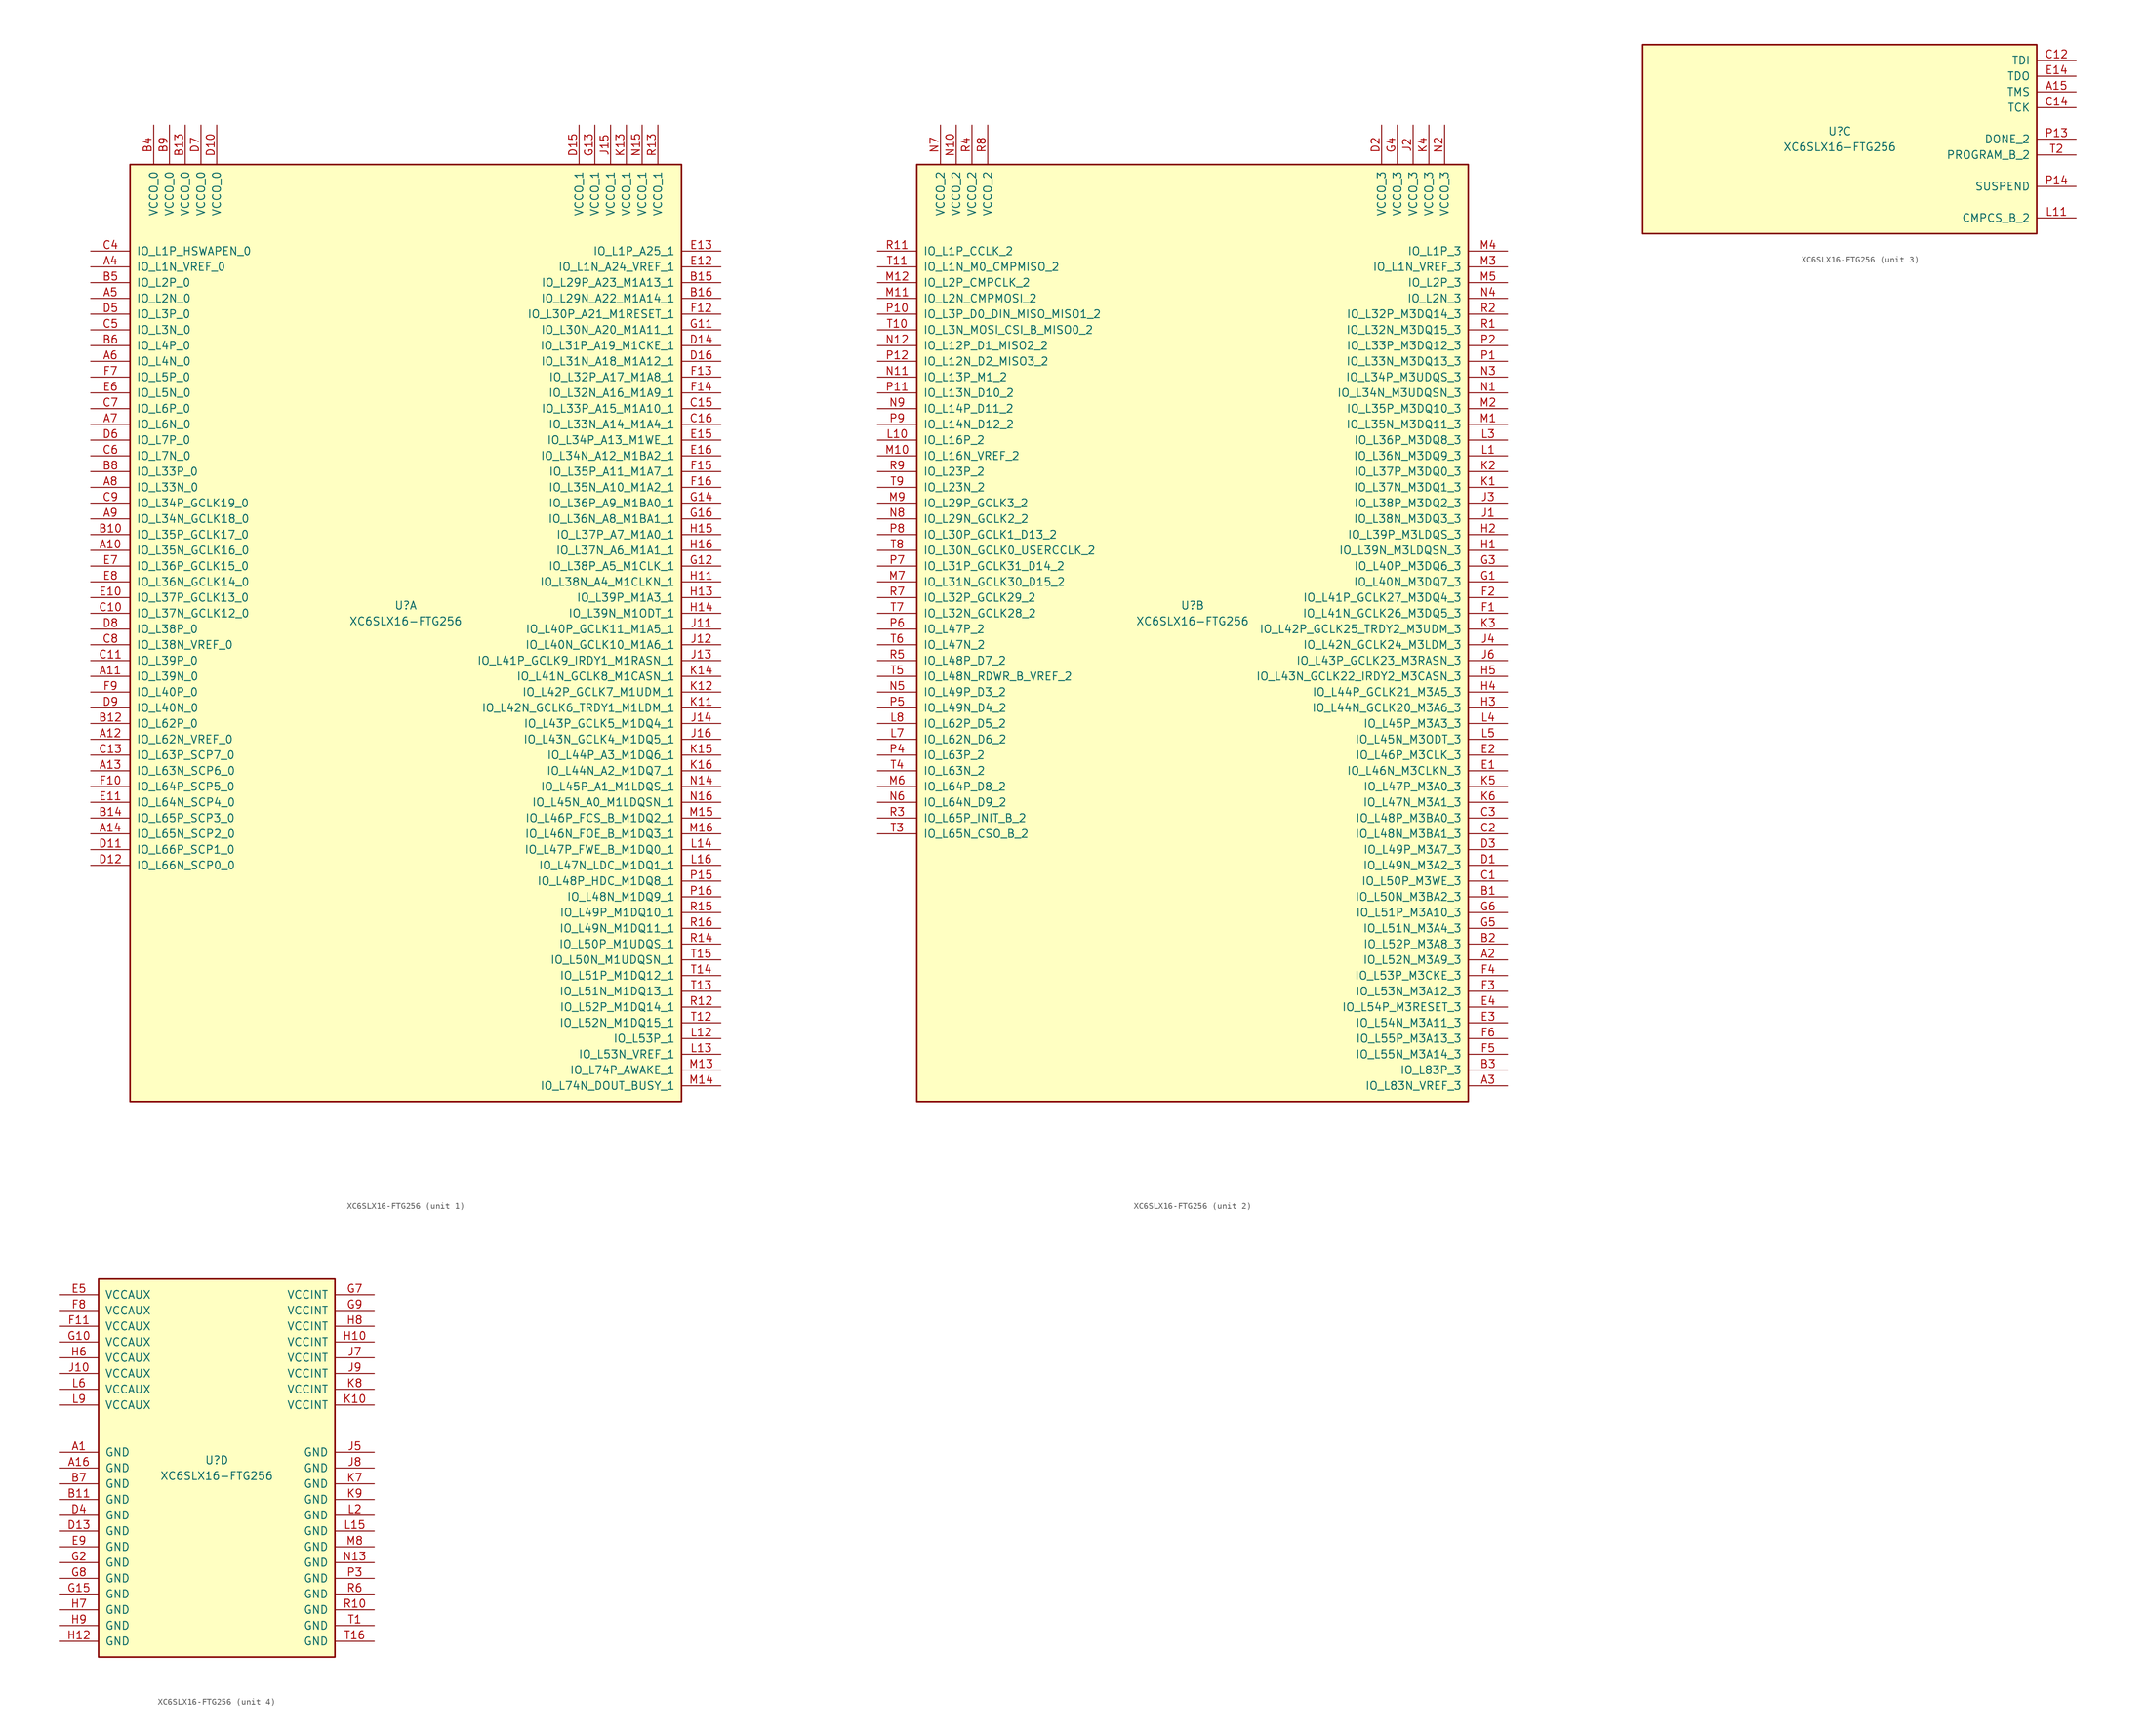
<source format=kicad_sym>
(kicad_symbol_lib
  (version 20201005)
  (generator kicad_symbol_editor)
  (symbol "XC6SLX16-FTG256"
    (pin_names
      (offset 1.016))
    (property "Reference" "U"
      (at 0 1.27 0)
      (effects (font (size 1.27 1.27))))
    (property "Value" "XC6SLX16-FTG256"
      (at 0 -1.27 0)
      (effects (font (size 1.27 1.27))))
    (property "Datasheet" ""
      (at 0 0 0)
      (effects (font (size 1.27 1.27))))
    (property "ki_locked" ""
      (at 0 0 0)
      (effects (font (size 1.27 1.27))))
    (symbol "XC6SLX16-FTG256_1_1"
      (rectangle (start -44.45 72.39) (end 44.45 -78.74) (stroke (width 0.254)) (fill (type background)))
      (pin bidirectional line (at -50.8 10.16 0) (length 6.35) (name "IO_L35N_GCLK16_0" (effects (font (size 1.27 1.27)))) (number "A10" (effects (font (size 1.27 1.27)))))
      (pin bidirectional line (at -50.8 -10.16 0) (length 6.35) (name "IO_L39N_0" (effects (font (size 1.27 1.27)))) (number "A11" (effects (font (size 1.27 1.27)))))
      (pin bidirectional line (at -50.8 -20.32 0) (length 6.35) (name "IO_L62N_VREF_0" (effects (font (size 1.27 1.27)))) (number "A12" (effects (font (size 1.27 1.27)))))
      (pin bidirectional line (at -50.8 -25.4 0) (length 6.35) (name "IO_L63N_SCP6_0" (effects (font (size 1.27 1.27)))) (number "A13" (effects (font (size 1.27 1.27)))))
      (pin bidirectional line (at -50.8 -35.56 0) (length 6.35) (name "IO_L65N_SCP2_0" (effects (font (size 1.27 1.27)))) (number "A14" (effects (font (size 1.27 1.27)))))
      (pin bidirectional line (at -50.8 55.88 0) (length 6.35) (name "IO_L1N_VREF_0" (effects (font (size 1.27 1.27)))) (number "A4" (effects (font (size 1.27 1.27)))))
      (pin bidirectional line (at -50.8 50.8 0) (length 6.35) (name "IO_L2N_0" (effects (font (size 1.27 1.27)))) (number "A5" (effects (font (size 1.27 1.27)))))
      (pin bidirectional line (at -50.8 40.64 0) (length 6.35) (name "IO_L4N_0" (effects (font (size 1.27 1.27)))) (number "A6" (effects (font (size 1.27 1.27)))))
      (pin bidirectional line (at -50.8 30.48 0) (length 6.35) (name "IO_L6N_0" (effects (font (size 1.27 1.27)))) (number "A7" (effects (font (size 1.27 1.27)))))
      (pin bidirectional line (at -50.8 20.32 0) (length 6.35) (name "IO_L33N_0" (effects (font (size 1.27 1.27)))) (number "A8" (effects (font (size 1.27 1.27)))))
      (pin bidirectional line (at -50.8 15.24 0) (length 6.35) (name "IO_L34N_GCLK18_0" (effects (font (size 1.27 1.27)))) (number "A9" (effects (font (size 1.27 1.27)))))
      (pin bidirectional line (at -50.8 12.7 0) (length 6.35) (name "IO_L35P_GCLK17_0" (effects (font (size 1.27 1.27)))) (number "B10" (effects (font (size 1.27 1.27)))))
      (pin bidirectional line (at -50.8 -17.78 0) (length 6.35) (name "IO_L62P_0" (effects (font (size 1.27 1.27)))) (number "B12" (effects (font (size 1.27 1.27)))))
      (pin power_in line (at -35.56 78.74 270) (length 6.35) (name "VCCO_0" (effects (font (size 1.27 1.27)))) (number "B13" (effects (font (size 1.27 1.27)))))
      (pin bidirectional line (at -50.8 -33.02 0) (length 6.35) (name "IO_L65P_SCP3_0" (effects (font (size 1.27 1.27)))) (number "B14" (effects (font (size 1.27 1.27)))))
      (pin bidirectional line (at 50.8 53.34 180) (length 6.35) (name "IO_L29P_A23_M1A13_1" (effects (font (size 1.27 1.27)))) (number "B15" (effects (font (size 1.27 1.27)))))
      (pin bidirectional line (at 50.8 50.8 180) (length 6.35) (name "IO_L29N_A22_M1A14_1" (effects (font (size 1.27 1.27)))) (number "B16" (effects (font (size 1.27 1.27)))))
      (pin power_in line (at -40.64 78.74 270) (length 6.35) (name "VCCO_0" (effects (font (size 1.27 1.27)))) (number "B4" (effects (font (size 1.27 1.27)))))
      (pin bidirectional line (at -50.8 53.34 0) (length 6.35) (name "IO_L2P_0" (effects (font (size 1.27 1.27)))) (number "B5" (effects (font (size 1.27 1.27)))))
      (pin bidirectional line (at -50.8 43.18 0) (length 6.35) (name "IO_L4P_0" (effects (font (size 1.27 1.27)))) (number "B6" (effects (font (size 1.27 1.27)))))
      (pin bidirectional line (at -50.8 22.86 0) (length 6.35) (name "IO_L33P_0" (effects (font (size 1.27 1.27)))) (number "B8" (effects (font (size 1.27 1.27)))))
      (pin power_in line (at -38.1 78.74 270) (length 6.35) (name "VCCO_0" (effects (font (size 1.27 1.27)))) (number "B9" (effects (font (size 1.27 1.27)))))
      (pin bidirectional line (at -50.8 0 0) (length 6.35) (name "IO_L37N_GCLK12_0" (effects (font (size 1.27 1.27)))) (number "C10" (effects (font (size 1.27 1.27)))))
      (pin bidirectional line (at -50.8 -7.62 0) (length 6.35) (name "IO_L39P_0" (effects (font (size 1.27 1.27)))) (number "C11" (effects (font (size 1.27 1.27)))))
      (pin bidirectional line (at -50.8 -22.86 0) (length 6.35) (name "IO_L63P_SCP7_0" (effects (font (size 1.27 1.27)))) (number "C13" (effects (font (size 1.27 1.27)))))
      (pin bidirectional line (at 50.8 33.02 180) (length 6.35) (name "IO_L33P_A15_M1A10_1" (effects (font (size 1.27 1.27)))) (number "C15" (effects (font (size 1.27 1.27)))))
      (pin bidirectional line (at 50.8 30.48 180) (length 6.35) (name "IO_L33N_A14_M1A4_1" (effects (font (size 1.27 1.27)))) (number "C16" (effects (font (size 1.27 1.27)))))
      (pin bidirectional line (at -50.8 58.42 0) (length 6.35) (name "IO_L1P_HSWAPEN_0" (effects (font (size 1.27 1.27)))) (number "C4" (effects (font (size 1.27 1.27)))))
      (pin bidirectional line (at -50.8 45.72 0) (length 6.35) (name "IO_L3N_0" (effects (font (size 1.27 1.27)))) (number "C5" (effects (font (size 1.27 1.27)))))
      (pin bidirectional line (at -50.8 25.4 0) (length 6.35) (name "IO_L7N_0" (effects (font (size 1.27 1.27)))) (number "C6" (effects (font (size 1.27 1.27)))))
      (pin bidirectional line (at -50.8 33.02 0) (length 6.35) (name "IO_L6P_0" (effects (font (size 1.27 1.27)))) (number "C7" (effects (font (size 1.27 1.27)))))
      (pin bidirectional line (at -50.8 -5.08 0) (length 6.35) (name "IO_L38N_VREF_0" (effects (font (size 1.27 1.27)))) (number "C8" (effects (font (size 1.27 1.27)))))
      (pin bidirectional line (at -50.8 17.78 0) (length 6.35) (name "IO_L34P_GCLK19_0" (effects (font (size 1.27 1.27)))) (number "C9" (effects (font (size 1.27 1.27)))))
      (pin power_in line (at -30.48 78.74 270) (length 6.35) (name "VCCO_0" (effects (font (size 1.27 1.27)))) (number "D10" (effects (font (size 1.27 1.27)))))
      (pin bidirectional line (at -50.8 -38.1 0) (length 6.35) (name "IO_L66P_SCP1_0" (effects (font (size 1.27 1.27)))) (number "D11" (effects (font (size 1.27 1.27)))))
      (pin bidirectional line (at -50.8 -40.64 0) (length 6.35) (name "IO_L66N_SCP0_0" (effects (font (size 1.27 1.27)))) (number "D12" (effects (font (size 1.27 1.27)))))
      (pin bidirectional line (at 50.8 43.18 180) (length 6.35) (name "IO_L31P_A19_M1CKE_1" (effects (font (size 1.27 1.27)))) (number "D14" (effects (font (size 1.27 1.27)))))
      (pin power_in line (at 27.94 78.74 270) (length 6.35) (name "VCCO_1" (effects (font (size 1.27 1.27)))) (number "D15" (effects (font (size 1.27 1.27)))))
      (pin bidirectional line (at 50.8 40.64 180) (length 6.35) (name "IO_L31N_A18_M1A12_1" (effects (font (size 1.27 1.27)))) (number "D16" (effects (font (size 1.27 1.27)))))
      (pin bidirectional line (at -50.8 48.26 0) (length 6.35) (name "IO_L3P_0" (effects (font (size 1.27 1.27)))) (number "D5" (effects (font (size 1.27 1.27)))))
      (pin bidirectional line (at -50.8 27.94 0) (length 6.35) (name "IO_L7P_0" (effects (font (size 1.27 1.27)))) (number "D6" (effects (font (size 1.27 1.27)))))
      (pin power_in line (at -33.02 78.74 270) (length 6.35) (name "VCCO_0" (effects (font (size 1.27 1.27)))) (number "D7" (effects (font (size 1.27 1.27)))))
      (pin bidirectional line (at -50.8 -2.54 0) (length 6.35) (name "IO_L38P_0" (effects (font (size 1.27 1.27)))) (number "D8" (effects (font (size 1.27 1.27)))))
      (pin bidirectional line (at -50.8 -15.24 0) (length 6.35) (name "IO_L40N_0" (effects (font (size 1.27 1.27)))) (number "D9" (effects (font (size 1.27 1.27)))))
      (pin bidirectional line (at -50.8 2.54 0) (length 6.35) (name "IO_L37P_GCLK13_0" (effects (font (size 1.27 1.27)))) (number "E10" (effects (font (size 1.27 1.27)))))
      (pin bidirectional line (at -50.8 -30.48 0) (length 6.35) (name "IO_L64N_SCP4_0" (effects (font (size 1.27 1.27)))) (number "E11" (effects (font (size 1.27 1.27)))))
      (pin bidirectional line (at 50.8 55.88 180) (length 6.35) (name "IO_L1N_A24_VREF_1" (effects (font (size 1.27 1.27)))) (number "E12" (effects (font (size 1.27 1.27)))))
      (pin bidirectional line (at 50.8 58.42 180) (length 6.35) (name "IO_L1P_A25_1" (effects (font (size 1.27 1.27)))) (number "E13" (effects (font (size 1.27 1.27)))))
      (pin bidirectional line (at 50.8 27.94 180) (length 6.35) (name "IO_L34P_A13_M1WE_1" (effects (font (size 1.27 1.27)))) (number "E15" (effects (font (size 1.27 1.27)))))
      (pin bidirectional line (at 50.8 25.4 180) (length 6.35) (name "IO_L34N_A12_M1BA2_1" (effects (font (size 1.27 1.27)))) (number "E16" (effects (font (size 1.27 1.27)))))
      (pin bidirectional line (at -50.8 35.56 0) (length 6.35) (name "IO_L5N_0" (effects (font (size 1.27 1.27)))) (number "E6" (effects (font (size 1.27 1.27)))))
      (pin bidirectional line (at -50.8 7.62 0) (length 6.35) (name "IO_L36P_GCLK15_0" (effects (font (size 1.27 1.27)))) (number "E7" (effects (font (size 1.27 1.27)))))
      (pin bidirectional line (at -50.8 5.08 0) (length 6.35) (name "IO_L36N_GCLK14_0" (effects (font (size 1.27 1.27)))) (number "E8" (effects (font (size 1.27 1.27)))))
      (pin bidirectional line (at -50.8 -27.94 0) (length 6.35) (name "IO_L64P_SCP5_0" (effects (font (size 1.27 1.27)))) (number "F10" (effects (font (size 1.27 1.27)))))
      (pin bidirectional line (at 50.8 48.26 180) (length 6.35) (name "IO_L30P_A21_M1RESET_1" (effects (font (size 1.27 1.27)))) (number "F12" (effects (font (size 1.27 1.27)))))
      (pin bidirectional line (at 50.8 38.1 180) (length 6.35) (name "IO_L32P_A17_M1A8_1" (effects (font (size 1.27 1.27)))) (number "F13" (effects (font (size 1.27 1.27)))))
      (pin bidirectional line (at 50.8 35.56 180) (length 6.35) (name "IO_L32N_A16_M1A9_1" (effects (font (size 1.27 1.27)))) (number "F14" (effects (font (size 1.27 1.27)))))
      (pin bidirectional line (at 50.8 22.86 180) (length 6.35) (name "IO_L35P_A11_M1A7_1" (effects (font (size 1.27 1.27)))) (number "F15" (effects (font (size 1.27 1.27)))))
      (pin bidirectional line (at 50.8 20.32 180) (length 6.35) (name "IO_L35N_A10_M1A2_1" (effects (font (size 1.27 1.27)))) (number "F16" (effects (font (size 1.27 1.27)))))
      (pin bidirectional line (at -50.8 38.1 0) (length 6.35) (name "IO_L5P_0" (effects (font (size 1.27 1.27)))) (number "F7" (effects (font (size 1.27 1.27)))))
      (pin bidirectional line (at -50.8 -12.7 0) (length 6.35) (name "IO_L40P_0" (effects (font (size 1.27 1.27)))) (number "F9" (effects (font (size 1.27 1.27)))))
      (pin bidirectional line (at 50.8 45.72 180) (length 6.35) (name "IO_L30N_A20_M1A11_1" (effects (font (size 1.27 1.27)))) (number "G11" (effects (font (size 1.27 1.27)))))
      (pin bidirectional line (at 50.8 7.62 180) (length 6.35) (name "IO_L38P_A5_M1CLK_1" (effects (font (size 1.27 1.27)))) (number "G12" (effects (font (size 1.27 1.27)))))
      (pin power_in line (at 30.48 78.74 270) (length 6.35) (name "VCCO_1" (effects (font (size 1.27 1.27)))) (number "G13" (effects (font (size 1.27 1.27)))))
      (pin bidirectional line (at 50.8 17.78 180) (length 6.35) (name "IO_L36P_A9_M1BA0_1" (effects (font (size 1.27 1.27)))) (number "G14" (effects (font (size 1.27 1.27)))))
      (pin bidirectional line (at 50.8 15.24 180) (length 6.35) (name "IO_L36N_A8_M1BA1_1" (effects (font (size 1.27 1.27)))) (number "G16" (effects (font (size 1.27 1.27)))))
      (pin bidirectional line (at 50.8 5.08 180) (length 6.35) (name "IO_L38N_A4_M1CLKN_1" (effects (font (size 1.27 1.27)))) (number "H11" (effects (font (size 1.27 1.27)))))
      (pin bidirectional line (at 50.8 2.54 180) (length 6.35) (name "IO_L39P_M1A3_1" (effects (font (size 1.27 1.27)))) (number "H13" (effects (font (size 1.27 1.27)))))
      (pin bidirectional line (at 50.8 0 180) (length 6.35) (name "IO_L39N_M1ODT_1" (effects (font (size 1.27 1.27)))) (number "H14" (effects (font (size 1.27 1.27)))))
      (pin bidirectional line (at 50.8 12.7 180) (length 6.35) (name "IO_L37P_A7_M1A0_1" (effects (font (size 1.27 1.27)))) (number "H15" (effects (font (size 1.27 1.27)))))
      (pin bidirectional line (at 50.8 10.16 180) (length 6.35) (name "IO_L37N_A6_M1A1_1" (effects (font (size 1.27 1.27)))) (number "H16" (effects (font (size 1.27 1.27)))))
      (pin bidirectional line (at 50.8 -2.54 180) (length 6.35) (name "IO_L40P_GCLK11_M1A5_1" (effects (font (size 1.27 1.27)))) (number "J11" (effects (font (size 1.27 1.27)))))
      (pin bidirectional line (at 50.8 -5.08 180) (length 6.35) (name "IO_L40N_GCLK10_M1A6_1" (effects (font (size 1.27 1.27)))) (number "J12" (effects (font (size 1.27 1.27)))))
      (pin bidirectional line (at 50.8 -7.62 180) (length 6.35) (name "IO_L41P_GCLK9_IRDY1_M1RASN_1" (effects (font (size 1.27 1.27)))) (number "J13" (effects (font (size 1.27 1.27)))))
      (pin bidirectional line (at 50.8 -17.78 180) (length 6.35) (name "IO_L43P_GCLK5_M1DQ4_1" (effects (font (size 1.27 1.27)))) (number "J14" (effects (font (size 1.27 1.27)))))
      (pin power_in line (at 33.02 78.74 270) (length 6.35) (name "VCCO_1" (effects (font (size 1.27 1.27)))) (number "J15" (effects (font (size 1.27 1.27)))))
      (pin bidirectional line (at 50.8 -20.32 180) (length 6.35) (name "IO_L43N_GCLK4_M1DQ5_1" (effects (font (size 1.27 1.27)))) (number "J16" (effects (font (size 1.27 1.27)))))
      (pin bidirectional line (at 50.8 -15.24 180) (length 6.35) (name "IO_L42N_GCLK6_TRDY1_M1LDM_1" (effects (font (size 1.27 1.27)))) (number "K11" (effects (font (size 1.27 1.27)))))
      (pin bidirectional line (at 50.8 -12.7 180) (length 6.35) (name "IO_L42P_GCLK7_M1UDM_1" (effects (font (size 1.27 1.27)))) (number "K12" (effects (font (size 1.27 1.27)))))
      (pin power_in line (at 35.56 78.74 270) (length 6.35) (name "VCCO_1" (effects (font (size 1.27 1.27)))) (number "K13" (effects (font (size 1.27 1.27)))))
      (pin bidirectional line (at 50.8 -10.16 180) (length 6.35) (name "IO_L41N_GCLK8_M1CASN_1" (effects (font (size 1.27 1.27)))) (number "K14" (effects (font (size 1.27 1.27)))))
      (pin bidirectional line (at 50.8 -22.86 180) (length 6.35) (name "IO_L44P_A3_M1DQ6_1" (effects (font (size 1.27 1.27)))) (number "K15" (effects (font (size 1.27 1.27)))))
      (pin bidirectional line (at 50.8 -25.4 180) (length 6.35) (name "IO_L44N_A2_M1DQ7_1" (effects (font (size 1.27 1.27)))) (number "K16" (effects (font (size 1.27 1.27)))))
      (pin bidirectional line (at 50.8 -68.58 180) (length 6.35) (name "IO_L53P_1" (effects (font (size 1.27 1.27)))) (number "L12" (effects (font (size 1.27 1.27)))))
      (pin bidirectional line (at 50.8 -71.12 180) (length 6.35) (name "IO_L53N_VREF_1" (effects (font (size 1.27 1.27)))) (number "L13" (effects (font (size 1.27 1.27)))))
      (pin bidirectional line (at 50.8 -38.1 180) (length 6.35) (name "IO_L47P_FWE_B_M1DQ0_1" (effects (font (size 1.27 1.27)))) (number "L14" (effects (font (size 1.27 1.27)))))
      (pin bidirectional line (at 50.8 -40.64 180) (length 6.35) (name "IO_L47N_LDC_M1DQ1_1" (effects (font (size 1.27 1.27)))) (number "L16" (effects (font (size 1.27 1.27)))))
      (pin bidirectional line (at 50.8 -73.66 180) (length 6.35) (name "IO_L74P_AWAKE_1" (effects (font (size 1.27 1.27)))) (number "M13" (effects (font (size 1.27 1.27)))))
      (pin bidirectional line (at 50.8 -76.2 180) (length 6.35) (name "IO_L74N_DOUT_BUSY_1" (effects (font (size 1.27 1.27)))) (number "M14" (effects (font (size 1.27 1.27)))))
      (pin bidirectional line (at 50.8 -33.02 180) (length 6.35) (name "IO_L46P_FCS_B_M1DQ2_1" (effects (font (size 1.27 1.27)))) (number "M15" (effects (font (size 1.27 1.27)))))
      (pin bidirectional line (at 50.8 -35.56 180) (length 6.35) (name "IO_L46N_FOE_B_M1DQ3_1" (effects (font (size 1.27 1.27)))) (number "M16" (effects (font (size 1.27 1.27)))))
      (pin bidirectional line (at 50.8 -27.94 180) (length 6.35) (name "IO_L45P_A1_M1LDQS_1" (effects (font (size 1.27 1.27)))) (number "N14" (effects (font (size 1.27 1.27)))))
      (pin power_in line (at 38.1 78.74 270) (length 6.35) (name "VCCO_1" (effects (font (size 1.27 1.27)))) (number "N15" (effects (font (size 1.27 1.27)))))
      (pin bidirectional line (at 50.8 -30.48 180) (length 6.35) (name "IO_L45N_A0_M1LDQSN_1" (effects (font (size 1.27 1.27)))) (number "N16" (effects (font (size 1.27 1.27)))))
      (pin bidirectional line (at 50.8 -43.18 180) (length 6.35) (name "IO_L48P_HDC_M1DQ8_1" (effects (font (size 1.27 1.27)))) (number "P15" (effects (font (size 1.27 1.27)))))
      (pin bidirectional line (at 50.8 -45.72 180) (length 6.35) (name "IO_L48N_M1DQ9_1" (effects (font (size 1.27 1.27)))) (number "P16" (effects (font (size 1.27 1.27)))))
      (pin bidirectional line (at 50.8 -63.5 180) (length 6.35) (name "IO_L52P_M1DQ14_1" (effects (font (size 1.27 1.27)))) (number "R12" (effects (font (size 1.27 1.27)))))
      (pin power_in line (at 40.64 78.74 270) (length 6.35) (name "VCCO_1" (effects (font (size 1.27 1.27)))) (number "R13" (effects (font (size 1.27 1.27)))))
      (pin bidirectional line (at 50.8 -53.34 180) (length 6.35) (name "IO_L50P_M1UDQS_1" (effects (font (size 1.27 1.27)))) (number "R14" (effects (font (size 1.27 1.27)))))
      (pin bidirectional line (at 50.8 -48.26 180) (length 6.35) (name "IO_L49P_M1DQ10_1" (effects (font (size 1.27 1.27)))) (number "R15" (effects (font (size 1.27 1.27)))))
      (pin bidirectional line (at 50.8 -50.8 180) (length 6.35) (name "IO_L49N_M1DQ11_1" (effects (font (size 1.27 1.27)))) (number "R16" (effects (font (size 1.27 1.27)))))
      (pin bidirectional line (at 50.8 -66.04 180) (length 6.35) (name "IO_L52N_M1DQ15_1" (effects (font (size 1.27 1.27)))) (number "T12" (effects (font (size 1.27 1.27)))))
      (pin bidirectional line (at 50.8 -60.96 180) (length 6.35) (name "IO_L51N_M1DQ13_1" (effects (font (size 1.27 1.27)))) (number "T13" (effects (font (size 1.27 1.27)))))
      (pin bidirectional line (at 50.8 -58.42 180) (length 6.35) (name "IO_L51P_M1DQ12_1" (effects (font (size 1.27 1.27)))) (number "T14" (effects (font (size 1.27 1.27)))))
      (pin bidirectional line (at 50.8 -55.88 180) (length 6.35) (name "IO_L50N_M1UDQSN_1" (effects (font (size 1.27 1.27)))) (number "T15" (effects (font (size 1.27 1.27))))))
    (symbol "XC6SLX16-FTG256_2_1"
      (rectangle (start -44.45 72.39) (end 44.45 -78.74) (stroke (width 0.254)) (fill (type background)))
      (pin bidirectional line (at 50.8 -55.88 180) (length 6.35) (name "IO_L52N_M3A9_3" (effects (font (size 1.27 1.27)))) (number "A2" (effects (font (size 1.27 1.27)))))
      (pin bidirectional line (at 50.8 -76.2 180) (length 6.35) (name "IO_L83N_VREF_3" (effects (font (size 1.27 1.27)))) (number "A3" (effects (font (size 1.27 1.27)))))
      (pin bidirectional line (at 50.8 -45.72 180) (length 6.35) (name "IO_L50N_M3BA2_3" (effects (font (size 1.27 1.27)))) (number "B1" (effects (font (size 1.27 1.27)))))
      (pin bidirectional line (at 50.8 -53.34 180) (length 6.35) (name "IO_L52P_M3A8_3" (effects (font (size 1.27 1.27)))) (number "B2" (effects (font (size 1.27 1.27)))))
      (pin bidirectional line (at 50.8 -73.66 180) (length 6.35) (name "IO_L83P_3" (effects (font (size 1.27 1.27)))) (number "B3" (effects (font (size 1.27 1.27)))))
      (pin bidirectional line (at 50.8 -43.18 180) (length 6.35) (name "IO_L50P_M3WE_3" (effects (font (size 1.27 1.27)))) (number "C1" (effects (font (size 1.27 1.27)))))
      (pin bidirectional line (at 50.8 -35.56 180) (length 6.35) (name "IO_L48N_M3BA1_3" (effects (font (size 1.27 1.27)))) (number "C2" (effects (font (size 1.27 1.27)))))
      (pin bidirectional line (at 50.8 -33.02 180) (length 6.35) (name "IO_L48P_M3BA0_3" (effects (font (size 1.27 1.27)))) (number "C3" (effects (font (size 1.27 1.27)))))
      (pin bidirectional line (at 50.8 -40.64 180) (length 6.35) (name "IO_L49N_M3A2_3" (effects (font (size 1.27 1.27)))) (number "D1" (effects (font (size 1.27 1.27)))))
      (pin power_in line (at 30.48 78.74 270) (length 6.35) (name "VCCO_3" (effects (font (size 1.27 1.27)))) (number "D2" (effects (font (size 1.27 1.27)))))
      (pin bidirectional line (at 50.8 -38.1 180) (length 6.35) (name "IO_L49P_M3A7_3" (effects (font (size 1.27 1.27)))) (number "D3" (effects (font (size 1.27 1.27)))))
      (pin bidirectional line (at 50.8 -25.4 180) (length 6.35) (name "IO_L46N_M3CLKN_3" (effects (font (size 1.27 1.27)))) (number "E1" (effects (font (size 1.27 1.27)))))
      (pin bidirectional line (at 50.8 -22.86 180) (length 6.35) (name "IO_L46P_M3CLK_3" (effects (font (size 1.27 1.27)))) (number "E2" (effects (font (size 1.27 1.27)))))
      (pin bidirectional line (at 50.8 -66.04 180) (length 6.35) (name "IO_L54N_M3A11_3" (effects (font (size 1.27 1.27)))) (number "E3" (effects (font (size 1.27 1.27)))))
      (pin bidirectional line (at 50.8 -63.5 180) (length 6.35) (name "IO_L54P_M3RESET_3" (effects (font (size 1.27 1.27)))) (number "E4" (effects (font (size 1.27 1.27)))))
      (pin bidirectional line (at 50.8 0 180) (length 6.35) (name "IO_L41N_GCLK26_M3DQ5_3" (effects (font (size 1.27 1.27)))) (number "F1" (effects (font (size 1.27 1.27)))))
      (pin bidirectional line (at 50.8 2.54 180) (length 6.35) (name "IO_L41P_GCLK27_M3DQ4_3" (effects (font (size 1.27 1.27)))) (number "F2" (effects (font (size 1.27 1.27)))))
      (pin bidirectional line (at 50.8 -60.96 180) (length 6.35) (name "IO_L53N_M3A12_3" (effects (font (size 1.27 1.27)))) (number "F3" (effects (font (size 1.27 1.27)))))
      (pin bidirectional line (at 50.8 -58.42 180) (length 6.35) (name "IO_L53P_M3CKE_3" (effects (font (size 1.27 1.27)))) (number "F4" (effects (font (size 1.27 1.27)))))
      (pin bidirectional line (at 50.8 -71.12 180) (length 6.35) (name "IO_L55N_M3A14_3" (effects (font (size 1.27 1.27)))) (number "F5" (effects (font (size 1.27 1.27)))))
      (pin bidirectional line (at 50.8 -68.58 180) (length 6.35) (name "IO_L55P_M3A13_3" (effects (font (size 1.27 1.27)))) (number "F6" (effects (font (size 1.27 1.27)))))
      (pin bidirectional line (at 50.8 5.08 180) (length 6.35) (name "IO_L40N_M3DQ7_3" (effects (font (size 1.27 1.27)))) (number "G1" (effects (font (size 1.27 1.27)))))
      (pin bidirectional line (at 50.8 7.62 180) (length 6.35) (name "IO_L40P_M3DQ6_3" (effects (font (size 1.27 1.27)))) (number "G3" (effects (font (size 1.27 1.27)))))
      (pin power_in line (at 33.02 78.74 270) (length 6.35) (name "VCCO_3" (effects (font (size 1.27 1.27)))) (number "G4" (effects (font (size 1.27 1.27)))))
      (pin bidirectional line (at 50.8 -50.8 180) (length 6.35) (name "IO_L51N_M3A4_3" (effects (font (size 1.27 1.27)))) (number "G5" (effects (font (size 1.27 1.27)))))
      (pin bidirectional line (at 50.8 -48.26 180) (length 6.35) (name "IO_L51P_M3A10_3" (effects (font (size 1.27 1.27)))) (number "G6" (effects (font (size 1.27 1.27)))))
      (pin bidirectional line (at 50.8 10.16 180) (length 6.35) (name "IO_L39N_M3LDQSN_3" (effects (font (size 1.27 1.27)))) (number "H1" (effects (font (size 1.27 1.27)))))
      (pin bidirectional line (at 50.8 12.7 180) (length 6.35) (name "IO_L39P_M3LDQS_3" (effects (font (size 1.27 1.27)))) (number "H2" (effects (font (size 1.27 1.27)))))
      (pin bidirectional line (at 50.8 -15.24 180) (length 6.35) (name "IO_L44N_GCLK20_M3A6_3" (effects (font (size 1.27 1.27)))) (number "H3" (effects (font (size 1.27 1.27)))))
      (pin bidirectional line (at 50.8 -12.7 180) (length 6.35) (name "IO_L44P_GCLK21_M3A5_3" (effects (font (size 1.27 1.27)))) (number "H4" (effects (font (size 1.27 1.27)))))
      (pin bidirectional line (at 50.8 -10.16 180) (length 6.35) (name "IO_L43N_GCLK22_IRDY2_M3CASN_3" (effects (font (size 1.27 1.27)))) (number "H5" (effects (font (size 1.27 1.27)))))
      (pin bidirectional line (at 50.8 15.24 180) (length 6.35) (name "IO_L38N_M3DQ3_3" (effects (font (size 1.27 1.27)))) (number "J1" (effects (font (size 1.27 1.27)))))
      (pin power_in line (at 35.56 78.74 270) (length 6.35) (name "VCCO_3" (effects (font (size 1.27 1.27)))) (number "J2" (effects (font (size 1.27 1.27)))))
      (pin bidirectional line (at 50.8 17.78 180) (length 6.35) (name "IO_L38P_M3DQ2_3" (effects (font (size 1.27 1.27)))) (number "J3" (effects (font (size 1.27 1.27)))))
      (pin bidirectional line (at 50.8 -5.08 180) (length 6.35) (name "IO_L42N_GCLK24_M3LDM_3" (effects (font (size 1.27 1.27)))) (number "J4" (effects (font (size 1.27 1.27)))))
      (pin bidirectional line (at 50.8 -7.62 180) (length 6.35) (name "IO_L43P_GCLK23_M3RASN_3" (effects (font (size 1.27 1.27)))) (number "J6" (effects (font (size 1.27 1.27)))))
      (pin bidirectional line (at 50.8 20.32 180) (length 6.35) (name "IO_L37N_M3DQ1_3" (effects (font (size 1.27 1.27)))) (number "K1" (effects (font (size 1.27 1.27)))))
      (pin bidirectional line (at 50.8 22.86 180) (length 6.35) (name "IO_L37P_M3DQ0_3" (effects (font (size 1.27 1.27)))) (number "K2" (effects (font (size 1.27 1.27)))))
      (pin bidirectional line (at 50.8 -2.54 180) (length 6.35) (name "IO_L42P_GCLK25_TRDY2_M3UDM_3" (effects (font (size 1.27 1.27)))) (number "K3" (effects (font (size 1.27 1.27)))))
      (pin power_in line (at 38.1 78.74 270) (length 6.35) (name "VCCO_3" (effects (font (size 1.27 1.27)))) (number "K4" (effects (font (size 1.27 1.27)))))
      (pin bidirectional line (at 50.8 -27.94 180) (length 6.35) (name "IO_L47P_M3A0_3" (effects (font (size 1.27 1.27)))) (number "K5" (effects (font (size 1.27 1.27)))))
      (pin bidirectional line (at 50.8 -30.48 180) (length 6.35) (name "IO_L47N_M3A1_3" (effects (font (size 1.27 1.27)))) (number "K6" (effects (font (size 1.27 1.27)))))
      (pin bidirectional line (at 50.8 25.4 180) (length 6.35) (name "IO_L36N_M3DQ9_3" (effects (font (size 1.27 1.27)))) (number "L1" (effects (font (size 1.27 1.27)))))
      (pin bidirectional line (at -50.8 27.94 0) (length 6.35) (name "IO_L16P_2" (effects (font (size 1.27 1.27)))) (number "L10" (effects (font (size 1.27 1.27)))))
      (pin bidirectional line (at 50.8 27.94 180) (length 6.35) (name "IO_L36P_M3DQ8_3" (effects (font (size 1.27 1.27)))) (number "L3" (effects (font (size 1.27 1.27)))))
      (pin bidirectional line (at 50.8 -17.78 180) (length 6.35) (name "IO_L45P_M3A3_3" (effects (font (size 1.27 1.27)))) (number "L4" (effects (font (size 1.27 1.27)))))
      (pin bidirectional line (at 50.8 -20.32 180) (length 6.35) (name "IO_L45N_M3ODT_3" (effects (font (size 1.27 1.27)))) (number "L5" (effects (font (size 1.27 1.27)))))
      (pin bidirectional line (at -50.8 -20.32 0) (length 6.35) (name "IO_L62N_D6_2" (effects (font (size 1.27 1.27)))) (number "L7" (effects (font (size 1.27 1.27)))))
      (pin bidirectional line (at -50.8 -17.78 0) (length 6.35) (name "IO_L62P_D5_2" (effects (font (size 1.27 1.27)))) (number "L8" (effects (font (size 1.27 1.27)))))
      (pin bidirectional line (at 50.8 30.48 180) (length 6.35) (name "IO_L35N_M3DQ11_3" (effects (font (size 1.27 1.27)))) (number "M1" (effects (font (size 1.27 1.27)))))
      (pin bidirectional line (at -50.8 25.4 0) (length 6.35) (name "IO_L16N_VREF_2" (effects (font (size 1.27 1.27)))) (number "M10" (effects (font (size 1.27 1.27)))))
      (pin bidirectional line (at -50.8 50.8 0) (length 6.35) (name "IO_L2N_CMPMOSI_2" (effects (font (size 1.27 1.27)))) (number "M11" (effects (font (size 1.27 1.27)))))
      (pin bidirectional line (at -50.8 53.34 0) (length 6.35) (name "IO_L2P_CMPCLK_2" (effects (font (size 1.27 1.27)))) (number "M12" (effects (font (size 1.27 1.27)))))
      (pin bidirectional line (at 50.8 33.02 180) (length 6.35) (name "IO_L35P_M3DQ10_3" (effects (font (size 1.27 1.27)))) (number "M2" (effects (font (size 1.27 1.27)))))
      (pin bidirectional line (at 50.8 55.88 180) (length 6.35) (name "IO_L1N_VREF_3" (effects (font (size 1.27 1.27)))) (number "M3" (effects (font (size 1.27 1.27)))))
      (pin bidirectional line (at 50.8 58.42 180) (length 6.35) (name "IO_L1P_3" (effects (font (size 1.27 1.27)))) (number "M4" (effects (font (size 1.27 1.27)))))
      (pin bidirectional line (at 50.8 53.34 180) (length 6.35) (name "IO_L2P_3" (effects (font (size 1.27 1.27)))) (number "M5" (effects (font (size 1.27 1.27)))))
      (pin bidirectional line (at -50.8 -27.94 0) (length 6.35) (name "IO_L64P_D8_2" (effects (font (size 1.27 1.27)))) (number "M6" (effects (font (size 1.27 1.27)))))
      (pin bidirectional line (at -50.8 5.08 0) (length 6.35) (name "IO_L31N_GCLK30_D15_2" (effects (font (size 1.27 1.27)))) (number "M7" (effects (font (size 1.27 1.27)))))
      (pin bidirectional line (at -50.8 17.78 0) (length 6.35) (name "IO_L29P_GCLK3_2" (effects (font (size 1.27 1.27)))) (number "M9" (effects (font (size 1.27 1.27)))))
      (pin bidirectional line (at 50.8 35.56 180) (length 6.35) (name "IO_L34N_M3UDQSN_3" (effects (font (size 1.27 1.27)))) (number "N1" (effects (font (size 1.27 1.27)))))
      (pin power_in line (at -38.1 78.74 270) (length 6.35) (name "VCCO_2" (effects (font (size 1.27 1.27)))) (number "N10" (effects (font (size 1.27 1.27)))))
      (pin bidirectional line (at -50.8 38.1 0) (length 6.35) (name "IO_L13P_M1_2" (effects (font (size 1.27 1.27)))) (number "N11" (effects (font (size 1.27 1.27)))))
      (pin bidirectional line (at -50.8 43.18 0) (length 6.35) (name "IO_L12P_D1_MISO2_2" (effects (font (size 1.27 1.27)))) (number "N12" (effects (font (size 1.27 1.27)))))
      (pin power_in line (at 40.64 78.74 270) (length 6.35) (name "VCCO_3" (effects (font (size 1.27 1.27)))) (number "N2" (effects (font (size 1.27 1.27)))))
      (pin bidirectional line (at 50.8 38.1 180) (length 6.35) (name "IO_L34P_M3UDQS_3" (effects (font (size 1.27 1.27)))) (number "N3" (effects (font (size 1.27 1.27)))))
      (pin bidirectional line (at 50.8 50.8 180) (length 6.35) (name "IO_L2N_3" (effects (font (size 1.27 1.27)))) (number "N4" (effects (font (size 1.27 1.27)))))
      (pin bidirectional line (at -50.8 -12.7 0) (length 6.35) (name "IO_L49P_D3_2" (effects (font (size 1.27 1.27)))) (number "N5" (effects (font (size 1.27 1.27)))))
      (pin bidirectional line (at -50.8 -30.48 0) (length 6.35) (name "IO_L64N_D9_2" (effects (font (size 1.27 1.27)))) (number "N6" (effects (font (size 1.27 1.27)))))
      (pin power_in line (at -40.64 78.74 270) (length 6.35) (name "VCCO_2" (effects (font (size 1.27 1.27)))) (number "N7" (effects (font (size 1.27 1.27)))))
      (pin bidirectional line (at -50.8 15.24 0) (length 6.35) (name "IO_L29N_GCLK2_2" (effects (font (size 1.27 1.27)))) (number "N8" (effects (font (size 1.27 1.27)))))
      (pin bidirectional line (at -50.8 33.02 0) (length 6.35) (name "IO_L14P_D11_2" (effects (font (size 1.27 1.27)))) (number "N9" (effects (font (size 1.27 1.27)))))
      (pin bidirectional line (at 50.8 40.64 180) (length 6.35) (name "IO_L33N_M3DQ13_3" (effects (font (size 1.27 1.27)))) (number "P1" (effects (font (size 1.27 1.27)))))
      (pin bidirectional line (at -50.8 48.26 0) (length 6.35) (name "IO_L3P_D0_DIN_MISO_MISO1_2" (effects (font (size 1.27 1.27)))) (number "P10" (effects (font (size 1.27 1.27)))))
      (pin bidirectional line (at -50.8 35.56 0) (length 6.35) (name "IO_L13N_D10_2" (effects (font (size 1.27 1.27)))) (number "P11" (effects (font (size 1.27 1.27)))))
      (pin bidirectional line (at -50.8 40.64 0) (length 6.35) (name "IO_L12N_D2_MISO3_2" (effects (font (size 1.27 1.27)))) (number "P12" (effects (font (size 1.27 1.27)))))
      (pin bidirectional line (at 50.8 43.18 180) (length 6.35) (name "IO_L33P_M3DQ12_3" (effects (font (size 1.27 1.27)))) (number "P2" (effects (font (size 1.27 1.27)))))
      (pin bidirectional line (at -50.8 -22.86 0) (length 6.35) (name "IO_L63P_2" (effects (font (size 1.27 1.27)))) (number "P4" (effects (font (size 1.27 1.27)))))
      (pin bidirectional line (at -50.8 -15.24 0) (length 6.35) (name "IO_L49N_D4_2" (effects (font (size 1.27 1.27)))) (number "P5" (effects (font (size 1.27 1.27)))))
      (pin bidirectional line (at -50.8 -2.54 0) (length 6.35) (name "IO_L47P_2" (effects (font (size 1.27 1.27)))) (number "P6" (effects (font (size 1.27 1.27)))))
      (pin bidirectional line (at -50.8 7.62 0) (length 6.35) (name "IO_L31P_GCLK31_D14_2" (effects (font (size 1.27 1.27)))) (number "P7" (effects (font (size 1.27 1.27)))))
      (pin bidirectional line (at -50.8 12.7 0) (length 6.35) (name "IO_L30P_GCLK1_D13_2" (effects (font (size 1.27 1.27)))) (number "P8" (effects (font (size 1.27 1.27)))))
      (pin bidirectional line (at -50.8 30.48 0) (length 6.35) (name "IO_L14N_D12_2" (effects (font (size 1.27 1.27)))) (number "P9" (effects (font (size 1.27 1.27)))))
      (pin bidirectional line (at 50.8 45.72 180) (length 6.35) (name "IO_L32N_M3DQ15_3" (effects (font (size 1.27 1.27)))) (number "R1" (effects (font (size 1.27 1.27)))))
      (pin bidirectional line (at -50.8 58.42 0) (length 6.35) (name "IO_L1P_CCLK_2" (effects (font (size 1.27 1.27)))) (number "R11" (effects (font (size 1.27 1.27)))))
      (pin bidirectional line (at 50.8 48.26 180) (length 6.35) (name "IO_L32P_M3DQ14_3" (effects (font (size 1.27 1.27)))) (number "R2" (effects (font (size 1.27 1.27)))))
      (pin bidirectional line (at -50.8 -33.02 0) (length 6.35) (name "IO_L65P_INIT_B_2" (effects (font (size 1.27 1.27)))) (number "R3" (effects (font (size 1.27 1.27)))))
      (pin power_in line (at -35.56 78.74 270) (length 6.35) (name "VCCO_2" (effects (font (size 1.27 1.27)))) (number "R4" (effects (font (size 1.27 1.27)))))
      (pin bidirectional line (at -50.8 -7.62 0) (length 6.35) (name "IO_L48P_D7_2" (effects (font (size 1.27 1.27)))) (number "R5" (effects (font (size 1.27 1.27)))))
      (pin bidirectional line (at -50.8 2.54 0) (length 6.35) (name "IO_L32P_GCLK29_2" (effects (font (size 1.27 1.27)))) (number "R7" (effects (font (size 1.27 1.27)))))
      (pin power_in line (at -33.02 78.74 270) (length 6.35) (name "VCCO_2" (effects (font (size 1.27 1.27)))) (number "R8" (effects (font (size 1.27 1.27)))))
      (pin bidirectional line (at -50.8 22.86 0) (length 6.35) (name "IO_L23P_2" (effects (font (size 1.27 1.27)))) (number "R9" (effects (font (size 1.27 1.27)))))
      (pin bidirectional line (at -50.8 45.72 0) (length 6.35) (name "IO_L3N_MOSI_CSI_B_MISO0_2" (effects (font (size 1.27 1.27)))) (number "T10" (effects (font (size 1.27 1.27)))))
      (pin bidirectional line (at -50.8 55.88 0) (length 6.35) (name "IO_L1N_M0_CMPMISO_2" (effects (font (size 1.27 1.27)))) (number "T11" (effects (font (size 1.27 1.27)))))
      (pin bidirectional line (at -50.8 -35.56 0) (length 6.35) (name "IO_L65N_CSO_B_2" (effects (font (size 1.27 1.27)))) (number "T3" (effects (font (size 1.27 1.27)))))
      (pin bidirectional line (at -50.8 -25.4 0) (length 6.35) (name "IO_L63N_2" (effects (font (size 1.27 1.27)))) (number "T4" (effects (font (size 1.27 1.27)))))
      (pin bidirectional line (at -50.8 -10.16 0) (length 6.35) (name "IO_L48N_RDWR_B_VREF_2" (effects (font (size 1.27 1.27)))) (number "T5" (effects (font (size 1.27 1.27)))))
      (pin bidirectional line (at -50.8 -5.08 0) (length 6.35) (name "IO_L47N_2" (effects (font (size 1.27 1.27)))) (number "T6" (effects (font (size 1.27 1.27)))))
      (pin bidirectional line (at -50.8 0 0) (length 6.35) (name "IO_L32N_GCLK28_2" (effects (font (size 1.27 1.27)))) (number "T7" (effects (font (size 1.27 1.27)))))
      (pin bidirectional line (at -50.8 10.16 0) (length 6.35) (name "IO_L30N_GCLK0_USERCCLK_2" (effects (font (size 1.27 1.27)))) (number "T8" (effects (font (size 1.27 1.27)))))
      (pin bidirectional line (at -50.8 20.32 0) (length 6.35) (name "IO_L23N_2" (effects (font (size 1.27 1.27)))) (number "T9" (effects (font (size 1.27 1.27))))))
    (symbol "XC6SLX16-FTG256_3_1"
      (rectangle (start -31.75 15.24) (end 31.75 -15.24) (stroke (width 0.254)) (fill (type background)))
      (pin bidirectional line (at 38.1 7.62 180) (length 6.35) (name "TMS" (effects (font (size 1.27 1.27)))) (number "A15" (effects (font (size 1.27 1.27)))))
      (pin bidirectional line (at 38.1 12.7 180) (length 6.35) (name "TDI" (effects (font (size 1.27 1.27)))) (number "C12" (effects (font (size 1.27 1.27)))))
      (pin bidirectional line (at 38.1 5.08 180) (length 6.35) (name "TCK" (effects (font (size 1.27 1.27)))) (number "C14" (effects (font (size 1.27 1.27)))))
      (pin bidirectional line (at 38.1 10.16 180) (length 6.35) (name "TDO" (effects (font (size 1.27 1.27)))) (number "E14" (effects (font (size 1.27 1.27)))))
      (pin bidirectional line (at 38.1 -12.7 180) (length 6.35) (name "CMPCS_B_2" (effects (font (size 1.27 1.27)))) (number "L11" (effects (font (size 1.27 1.27)))))
      (pin bidirectional line (at 38.1 0 180) (length 6.35) (name "DONE_2" (effects (font (size 1.27 1.27)))) (number "P13" (effects (font (size 1.27 1.27)))))
      (pin bidirectional line (at 38.1 -7.62 180) (length 6.35) (name "SUSPEND" (effects (font (size 1.27 1.27)))) (number "P14" (effects (font (size 1.27 1.27)))))
      (pin bidirectional line (at 38.1 -2.54 180) (length 6.35) (name "PROGRAM_B_2" (effects (font (size 1.27 1.27)))) (number "T2" (effects (font (size 1.27 1.27))))))
    (symbol "XC6SLX16-FTG256_4_1"
      (rectangle (start -19.05 30.48) (end 19.05 -30.48) (stroke (width 0.254)) (fill (type background)))
      (pin power_in line (at -25.4 2.54 0) (length 6.35) (name "GND" (effects (font (size 1.27 1.27)))) (number "A1" (effects (font (size 1.27 1.27)))))
      (pin power_in line (at -25.4 0 0) (length 6.35) (name "GND" (effects (font (size 1.27 1.27)))) (number "A16" (effects (font (size 1.27 1.27)))))
      (pin power_in line (at -25.4 -5.08 0) (length 6.35) (name "GND" (effects (font (size 1.27 1.27)))) (number "B11" (effects (font (size 1.27 1.27)))))
      (pin power_in line (at -25.4 -2.54 0) (length 6.35) (name "GND" (effects (font (size 1.27 1.27)))) (number "B7" (effects (font (size 1.27 1.27)))))
      (pin power_in line (at -25.4 -10.16 0) (length 6.35) (name "GND" (effects (font (size 1.27 1.27)))) (number "D13" (effects (font (size 1.27 1.27)))))
      (pin power_in line (at -25.4 -7.62 0) (length 6.35) (name "GND" (effects (font (size 1.27 1.27)))) (number "D4" (effects (font (size 1.27 1.27)))))
      (pin power_in line (at -25.4 27.94 0) (length 6.35) (name "VCCAUX" (effects (font (size 1.27 1.27)))) (number "E5" (effects (font (size 1.27 1.27)))))
      (pin power_in line (at -25.4 -12.7 0) (length 6.35) (name "GND" (effects (font (size 1.27 1.27)))) (number "E9" (effects (font (size 1.27 1.27)))))
      (pin power_in line (at -25.4 22.86 0) (length 6.35) (name "VCCAUX" (effects (font (size 1.27 1.27)))) (number "F11" (effects (font (size 1.27 1.27)))))
      (pin power_in line (at -25.4 25.4 0) (length 6.35) (name "VCCAUX" (effects (font (size 1.27 1.27)))) (number "F8" (effects (font (size 1.27 1.27)))))
      (pin power_in line (at -25.4 20.32 0) (length 6.35) (name "VCCAUX" (effects (font (size 1.27 1.27)))) (number "G10" (effects (font (size 1.27 1.27)))))
      (pin power_in line (at -25.4 -20.32 0) (length 6.35) (name "GND" (effects (font (size 1.27 1.27)))) (number "G15" (effects (font (size 1.27 1.27)))))
      (pin power_in line (at -25.4 -15.24 0) (length 6.35) (name "GND" (effects (font (size 1.27 1.27)))) (number "G2" (effects (font (size 1.27 1.27)))))
      (pin power_in line (at 25.4 27.94 180) (length 6.35) (name "VCCINT" (effects (font (size 1.27 1.27)))) (number "G7" (effects (font (size 1.27 1.27)))))
      (pin power_in line (at -25.4 -17.78 0) (length 6.35) (name "GND" (effects (font (size 1.27 1.27)))) (number "G8" (effects (font (size 1.27 1.27)))))
      (pin power_in line (at 25.4 25.4 180) (length 6.35) (name "VCCINT" (effects (font (size 1.27 1.27)))) (number "G9" (effects (font (size 1.27 1.27)))))
      (pin power_in line (at 25.4 20.32 180) (length 6.35) (name "VCCINT" (effects (font (size 1.27 1.27)))) (number "H10" (effects (font (size 1.27 1.27)))))
      (pin power_in line (at -25.4 -27.94 0) (length 6.35) (name "GND" (effects (font (size 1.27 1.27)))) (number "H12" (effects (font (size 1.27 1.27)))))
      (pin power_in line (at -25.4 17.78 0) (length 6.35) (name "VCCAUX" (effects (font (size 1.27 1.27)))) (number "H6" (effects (font (size 1.27 1.27)))))
      (pin power_in line (at -25.4 -22.86 0) (length 6.35) (name "GND" (effects (font (size 1.27 1.27)))) (number "H7" (effects (font (size 1.27 1.27)))))
      (pin power_in line (at 25.4 22.86 180) (length 6.35) (name "VCCINT" (effects (font (size 1.27 1.27)))) (number "H8" (effects (font (size 1.27 1.27)))))
      (pin power_in line (at -25.4 -25.4 0) (length 6.35) (name "GND" (effects (font (size 1.27 1.27)))) (number "H9" (effects (font (size 1.27 1.27)))))
      (pin power_in line (at -25.4 15.24 0) (length 6.35) (name "VCCAUX" (effects (font (size 1.27 1.27)))) (number "J10" (effects (font (size 1.27 1.27)))))
      (pin power_in line (at 25.4 2.54 180) (length 6.35) (name "GND" (effects (font (size 1.27 1.27)))) (number "J5" (effects (font (size 1.27 1.27)))))
      (pin power_in line (at 25.4 17.78 180) (length 6.35) (name "VCCINT" (effects (font (size 1.27 1.27)))) (number "J7" (effects (font (size 1.27 1.27)))))
      (pin power_in line (at 25.4 0 180) (length 6.35) (name "GND" (effects (font (size 1.27 1.27)))) (number "J8" (effects (font (size 1.27 1.27)))))
      (pin power_in line (at 25.4 15.24 180) (length 6.35) (name "VCCINT" (effects (font (size 1.27 1.27)))) (number "J9" (effects (font (size 1.27 1.27)))))
      (pin power_in line (at 25.4 10.16 180) (length 6.35) (name "VCCINT" (effects (font (size 1.27 1.27)))) (number "K10" (effects (font (size 1.27 1.27)))))
      (pin power_in line (at 25.4 -2.54 180) (length 6.35) (name "GND" (effects (font (size 1.27 1.27)))) (number "K7" (effects (font (size 1.27 1.27)))))
      (pin power_in line (at 25.4 12.7 180) (length 6.35) (name "VCCINT" (effects (font (size 1.27 1.27)))) (number "K8" (effects (font (size 1.27 1.27)))))
      (pin power_in line (at 25.4 -5.08 180) (length 6.35) (name "GND" (effects (font (size 1.27 1.27)))) (number "K9" (effects (font (size 1.27 1.27)))))
      (pin power_in line (at 25.4 -10.16 180) (length 6.35) (name "GND" (effects (font (size 1.27 1.27)))) (number "L15" (effects (font (size 1.27 1.27)))))
      (pin power_in line (at 25.4 -7.62 180) (length 6.35) (name "GND" (effects (font (size 1.27 1.27)))) (number "L2" (effects (font (size 1.27 1.27)))))
      (pin power_in line (at -25.4 12.7 0) (length 6.35) (name "VCCAUX" (effects (font (size 1.27 1.27)))) (number "L6" (effects (font (size 1.27 1.27)))))
      (pin power_in line (at -25.4 10.16 0) (length 6.35) (name "VCCAUX" (effects (font (size 1.27 1.27)))) (number "L9" (effects (font (size 1.27 1.27)))))
      (pin power_in line (at 25.4 -12.7 180) (length 6.35) (name "GND" (effects (font (size 1.27 1.27)))) (number "M8" (effects (font (size 1.27 1.27)))))
      (pin power_in line (at 25.4 -15.24 180) (length 6.35) (name "GND" (effects (font (size 1.27 1.27)))) (number "N13" (effects (font (size 1.27 1.27)))))
      (pin power_in line (at 25.4 -17.78 180) (length 6.35) (name "GND" (effects (font (size 1.27 1.27)))) (number "P3" (effects (font (size 1.27 1.27)))))
      (pin power_in line (at 25.4 -22.86 180) (length 6.35) (name "GND" (effects (font (size 1.27 1.27)))) (number "R10" (effects (font (size 1.27 1.27)))))
      (pin power_in line (at 25.4 -20.32 180) (length 6.35) (name "GND" (effects (font (size 1.27 1.27)))) (number "R6" (effects (font (size 1.27 1.27)))))
      (pin power_in line (at 25.4 -25.4 180) (length 6.35) (name "GND" (effects (font (size 1.27 1.27)))) (number "T1" (effects (font (size 1.27 1.27)))))
      (pin power_in line (at 25.4 -27.94 180) (length 6.35) (name "GND" (effects (font (size 1.27 1.27)))) (number "T16" (effects (font (size 1.27 1.27))))))))
</source>
